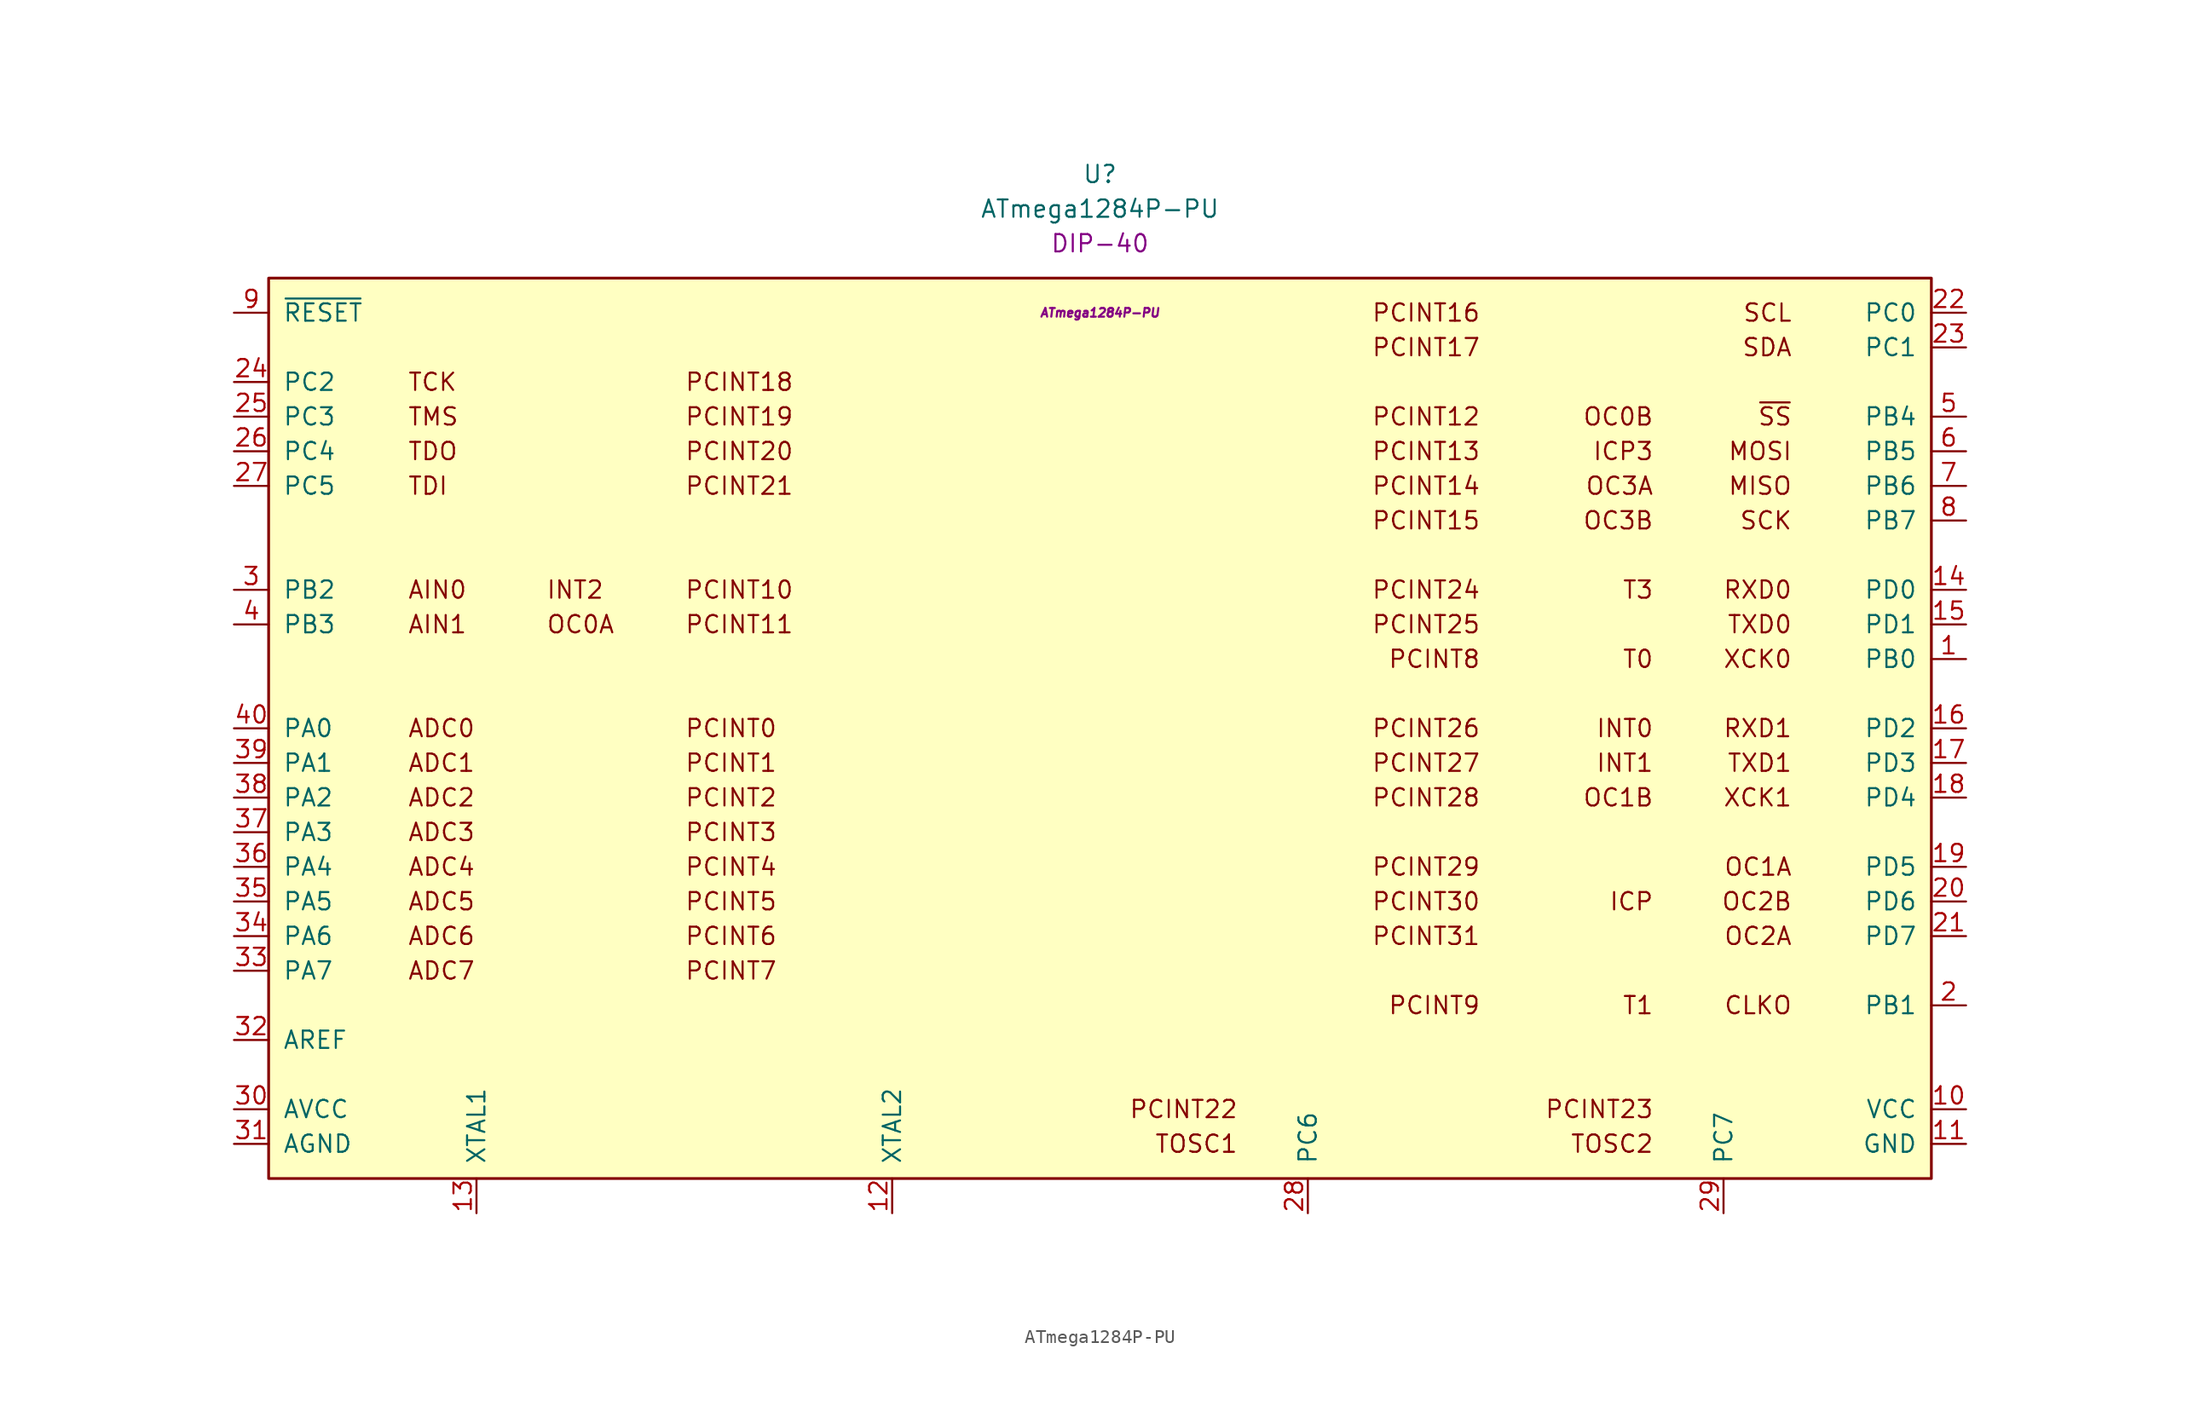
<source format=kicad_sym>
(kicad_symbol_lib
  (version 20231120)
  (generator "kicad_symbol_editor")
  (generator_version "8.0")
  (symbol "ATmega1284P-PU"
    (pin_names
      (offset 1.016))
    (property "Reference" "U"
      (at 0 40.64 0)
      (effects (font (size 1.27 1.27))))
    (property "Value" "ATmega1284P-PU"
      (at 0 38.1 0)
      (effects (font (size 1.27 1.27))))
    (property "Package" "DIP-40"
      (at 0 35.56 0)
      (effects (font (size 1.27 1.27))))
    (property "MPN" "ATmega1284P-PU"
      (at 0 30.48 0)
      (effects (font (size 0.635 0.635) (italic yes))))
    (symbol "ATmega1284P-PU_0_0"
      (rectangle (start -60.96 33.02) (end 60.96 -33.02) (stroke (width 0.203) (type default)) (fill (type background)))
      (text "ADC0" (at -50.8 0 0) (effects (font (size 1.27 1.27)) (justify left)))
      (text "ADC1" (at -50.8 -2.54 0) (effects (font (size 1.27 1.27)) (justify left)))
      (text "ADC2" (at -50.8 -5.08 0) (effects (font (size 1.27 1.27)) (justify left)))
      (text "ADC3" (at -50.8 -7.62 0) (effects (font (size 1.27 1.27)) (justify left)))
      (text "ADC4" (at -50.8 -10.16 0) (effects (font (size 1.27 1.27)) (justify left)))
      (text "ADC5" (at -50.8 -12.7 0) (effects (font (size 1.27 1.27)) (justify left)))
      (text "ADC6" (at -50.8 -15.24 0) (effects (font (size 1.27 1.27)) (justify left)))
      (text "ADC7" (at -50.8 -17.78 0) (effects (font (size 1.27 1.27)) (justify left)))
      (text "AIN0" (at -50.8 10.16 0) (effects (font (size 1.27 1.27)) (justify left)))
      (text "AIN1" (at -50.8 7.62 0) (effects (font (size 1.27 1.27)) (justify left)))
      (text "CLKO" (at 50.8 -20.32 0) (effects (font (size 1.27 1.27)) (justify right)))
      (text "ICP" (at 40.64 -12.7 0) (effects (font (size 1.27 1.27)) (justify right)))
      (text "ICP3" (at 40.64 20.32 0) (effects (font (size 1.27 1.27)) (justify right)))
      (text "INT0" (at 40.64 0 0) (effects (font (size 1.27 1.27)) (justify right)))
      (text "INT1" (at 40.64 -2.54 0) (effects (font (size 1.27 1.27)) (justify right)))
      (text "INT2" (at -40.64 10.16 0) (effects (font (size 1.27 1.27)) (justify left)))
      (text "MISO" (at 50.8 17.78 0) (effects (font (size 1.27 1.27)) (justify right)))
      (text "MOSI" (at 50.8 20.32 0) (effects (font (size 1.27 1.27)) (justify right)))
      (text "OC0A" (at -40.64 7.62 0) (effects (font (size 1.27 1.27)) (justify left)))
      (text "OC0B" (at 40.64 22.86 0) (effects (font (size 1.27 1.27)) (justify right)))
      (text "OC1A" (at 50.8 -10.16 0) (effects (font (size 1.27 1.27)) (justify right)))
      (text "OC1B" (at 40.64 -5.08 0) (effects (font (size 1.27 1.27)) (justify right)))
      (text "OC2A" (at 50.8 -15.24 0) (effects (font (size 1.27 1.27)) (justify right)))
      (text "OC2B" (at 50.8 -12.7 0) (effects (font (size 1.27 1.27)) (justify right)))
      (text "OC3A" (at 40.64 17.78 0) (effects (font (size 1.27 1.27)) (justify right)))
      (text "OC3B" (at 40.64 15.24 0) (effects (font (size 1.27 1.27)) (justify right)))
      (text "PCINT0" (at -30.48 0 0) (effects (font (size 1.27 1.27)) (justify left)))
      (text "PCINT1" (at -30.48 -2.54 0) (effects (font (size 1.27 1.27)) (justify left)))
      (text "PCINT10" (at -30.48 10.16 0) (effects (font (size 1.27 1.27)) (justify left)))
      (text "PCINT11" (at -30.48 7.62 0) (effects (font (size 1.27 1.27)) (justify left)))
      (text "PCINT12" (at 27.94 22.86 0) (effects (font (size 1.27 1.27)) (justify right)))
      (text "PCINT13" (at 27.94 20.32 0) (effects (font (size 1.27 1.27)) (justify right)))
      (text "PCINT14" (at 27.94 17.78 0) (effects (font (size 1.27 1.27)) (justify right)))
      (text "PCINT15" (at 27.94 15.24 0) (effects (font (size 1.27 1.27)) (justify right)))
      (text "PCINT16" (at 27.94 30.48 0) (effects (font (size 1.27 1.27)) (justify right)))
      (text "PCINT17" (at 27.94 27.94 0) (effects (font (size 1.27 1.27)) (justify right)))
      (text "PCINT18" (at -30.48 25.4 0) (effects (font (size 1.27 1.27)) (justify left)))
      (text "PCINT19" (at -30.48 22.86 0) (effects (font (size 1.27 1.27)) (justify left)))
      (text "PCINT2" (at -30.48 -5.08 0) (effects (font (size 1.27 1.27)) (justify left)))
      (text "PCINT20" (at -30.48 20.32 0) (effects (font (size 1.27 1.27)) (justify left)))
      (text "PCINT21" (at -30.48 17.78 0) (effects (font (size 1.27 1.27)) (justify left)))
      (text "PCINT22" (at 10.16 -27.94 0) (effects (font (size 1.27 1.27)) (justify right)))
      (text "PCINT23" (at 40.64 -27.94 0) (effects (font (size 1.27 1.27)) (justify right)))
      (text "PCINT24" (at 27.94 10.16 0) (effects (font (size 1.27 1.27)) (justify right)))
      (text "PCINT25" (at 27.94 7.62 0) (effects (font (size 1.27 1.27)) (justify right)))
      (text "PCINT26" (at 27.94 0 0) (effects (font (size 1.27 1.27)) (justify right)))
      (text "PCINT27" (at 27.94 -2.54 0) (effects (font (size 1.27 1.27)) (justify right)))
      (text "PCINT28" (at 27.94 -5.08 0) (effects (font (size 1.27 1.27)) (justify right)))
      (text "PCINT29" (at 27.94 -10.16 0) (effects (font (size 1.27 1.27)) (justify right)))
      (text "PCINT3" (at -30.48 -7.62 0) (effects (font (size 1.27 1.27)) (justify left)))
      (text "PCINT30" (at 27.94 -12.7 0) (effects (font (size 1.27 1.27)) (justify right)))
      (text "PCINT31" (at 27.94 -15.24 0) (effects (font (size 1.27 1.27)) (justify right)))
      (text "PCINT4" (at -30.48 -10.16 0) (effects (font (size 1.27 1.27)) (justify left)))
      (text "PCINT5" (at -30.48 -12.7 0) (effects (font (size 1.27 1.27)) (justify left)))
      (text "PCINT6" (at -30.48 -15.24 0) (effects (font (size 1.27 1.27)) (justify left)))
      (text "PCINT7" (at -30.48 -17.78 0) (effects (font (size 1.27 1.27)) (justify left)))
      (text "PCINT8" (at 27.94 5.08 0) (effects (font (size 1.27 1.27)) (justify right)))
      (text "PCINT9" (at 27.94 -20.32 0) (effects (font (size 1.27 1.27)) (justify right)))
      (text "RXD0" (at 50.8 10.16 0) (effects (font (size 1.27 1.27)) (justify right)))
      (text "RXD1" (at 50.8 0 0) (effects (font (size 1.27 1.27)) (justify right)))
      (text "SCK" (at 50.8 15.24 0) (effects (font (size 1.27 1.27)) (justify right)))
      (text "SCL" (at 50.8 30.48 0) (effects (font (size 1.27 1.27)) (justify right)))
      (text "SDA" (at 50.8 27.94 0) (effects (font (size 1.27 1.27)) (justify right)))
      (text "T0" (at 40.64 5.08 0) (effects (font (size 1.27 1.27)) (justify right)))
      (text "T1" (at 40.64 -20.32 0) (effects (font (size 1.27 1.27)) (justify right)))
      (text "T3" (at 40.64 10.16 0) (effects (font (size 1.27 1.27)) (justify right)))
      (text "TCK" (at -50.8 25.4 0) (effects (font (size 1.27 1.27)) (justify left)))
      (text "TDI" (at -50.8 17.78 0) (effects (font (size 1.27 1.27)) (justify left)))
      (text "TDO" (at -50.8 20.32 0) (effects (font (size 1.27 1.27)) (justify left)))
      (text "TMS" (at -50.8 22.86 0) (effects (font (size 1.27 1.27)) (justify left)))
      (text "TOSC1" (at 10.16 -30.48 0) (effects (font (size 1.27 1.27)) (justify right)))
      (text "TOSC2" (at 40.64 -30.48 0) (effects (font (size 1.27 1.27)) (justify right)))
      (text "TXD0" (at 50.8 7.62 0) (effects (font (size 1.27 1.27)) (justify right)))
      (text "TXD1" (at 50.8 -2.54 0) (effects (font (size 1.27 1.27)) (justify right)))
      (text "XCK0" (at 50.8 5.08 0) (effects (font (size 1.27 1.27)) (justify right)))
      (text "XCK1" (at 50.8 -5.08 0) (effects (font (size 1.27 1.27)) (justify right)))
      (text "~{SS}" (at 50.8 22.86 0) (effects (font (size 1.27 1.27)) (justify right))))
    (symbol "ATmega1284P-PU_1_1"
      (pin bidirectional line (at 63.5 5.08 180) (length 2.54) (name "PB0" (effects (font (size 1.27 1.27)))) (number "1" (effects (font (size 1.27 1.27)))))
      (pin power_in line (at 63.5 -27.94 180) (length 2.54) (name "VCC" (effects (font (size 1.27 1.27)))) (number "10" (effects (font (size 1.27 1.27)))))
      (pin power_in line (at 63.5 -30.48 180) (length 2.54) (name "GND" (effects (font (size 1.27 1.27)))) (number "11" (effects (font (size 1.27 1.27)))))
      (pin bidirectional line (at -15.24 -35.56 90) (length 2.54) (name "XTAL2" (effects (font (size 1.27 1.27)))) (number "12" (effects (font (size 1.27 1.27)))))
      (pin bidirectional line (at -45.72 -35.56 90) (length 2.54) (name "XTAL1" (effects (font (size 1.27 1.27)))) (number "13" (effects (font (size 1.27 1.27)))))
      (pin bidirectional line (at 63.5 10.16 180) (length 2.54) (name "PD0" (effects (font (size 1.27 1.27)))) (number "14" (effects (font (size 1.27 1.27)))))
      (pin bidirectional line (at 63.5 7.62 180) (length 2.54) (name "PD1" (effects (font (size 1.27 1.27)))) (number "15" (effects (font (size 1.27 1.27)))))
      (pin bidirectional line (at 63.5 0 180) (length 2.54) (name "PD2" (effects (font (size 1.27 1.27)))) (number "16" (effects (font (size 1.27 1.27)))))
      (pin bidirectional line (at 63.5 -2.54 180) (length 2.54) (name "PD3" (effects (font (size 1.27 1.27)))) (number "17" (effects (font (size 1.27 1.27)))))
      (pin bidirectional line (at 63.5 -5.08 180) (length 2.54) (name "PD4" (effects (font (size 1.27 1.27)))) (number "18" (effects (font (size 1.27 1.27)))))
      (pin bidirectional line (at 63.5 -10.16 180) (length 2.54) (name "PD5" (effects (font (size 1.27 1.27)))) (number "19" (effects (font (size 1.27 1.27)))))
      (pin bidirectional line (at 63.5 -20.32 180) (length 2.54) (name "PB1" (effects (font (size 1.27 1.27)))) (number "2" (effects (font (size 1.27 1.27)))))
      (pin bidirectional line (at 63.5 -12.7 180) (length 2.54) (name "PD6" (effects (font (size 1.27 1.27)))) (number "20" (effects (font (size 1.27 1.27)))))
      (pin bidirectional line (at 63.5 -15.24 180) (length 2.54) (name "PD7" (effects (font (size 1.27 1.27)))) (number "21" (effects (font (size 1.27 1.27)))))
      (pin bidirectional line (at 63.5 30.48 180) (length 2.54) (name "PC0" (effects (font (size 1.27 1.27)))) (number "22" (effects (font (size 1.27 1.27)))))
      (pin bidirectional line (at 63.5 27.94 180) (length 2.54) (name "PC1" (effects (font (size 1.27 1.27)))) (number "23" (effects (font (size 1.27 1.27)))))
      (pin bidirectional line (at -63.5 25.4 0) (length 2.54) (name "PC2" (effects (font (size 1.27 1.27)))) (number "24" (effects (font (size 1.27 1.27)))))
      (pin bidirectional line (at -63.5 22.86 0) (length 2.54) (name "PC3" (effects (font (size 1.27 1.27)))) (number "25" (effects (font (size 1.27 1.27)))))
      (pin bidirectional line (at -63.5 20.32 0) (length 2.54) (name "PC4" (effects (font (size 1.27 1.27)))) (number "26" (effects (font (size 1.27 1.27)))))
      (pin bidirectional line (at -63.5 17.78 0) (length 2.54) (name "PC5" (effects (font (size 1.27 1.27)))) (number "27" (effects (font (size 1.27 1.27)))))
      (pin bidirectional line (at 15.24 -35.56 90) (length 2.54) (name "PC6" (effects (font (size 1.27 1.27)))) (number "28" (effects (font (size 1.27 1.27)))))
      (pin bidirectional line (at 45.72 -35.56 90) (length 2.54) (name "PC7" (effects (font (size 1.27 1.27)))) (number "29" (effects (font (size 1.27 1.27)))))
      (pin bidirectional line (at -63.5 10.16 0) (length 2.54) (name "PB2" (effects (font (size 1.27 1.27)))) (number "3" (effects (font (size 1.27 1.27)))))
      (pin power_in line (at -63.5 -27.94 0) (length 2.54) (name "AVCC" (effects (font (size 1.27 1.27)))) (number "30" (effects (font (size 1.27 1.27)))))
      (pin power_in line (at -63.5 -30.48 0) (length 2.54) (name "AGND" (effects (font (size 1.27 1.27)))) (number "31" (effects (font (size 1.27 1.27)))))
      (pin input line (at -63.5 -22.86 0) (length 2.54) (name "AREF" (effects (font (size 1.27 1.27)))) (number "32" (effects (font (size 1.27 1.27)))))
      (pin bidirectional line (at -63.5 -17.78 0) (length 2.54) (name "PA7" (effects (font (size 1.27 1.27)))) (number "33" (effects (font (size 1.27 1.27)))))
      (pin bidirectional line (at -63.5 -15.24 0) (length 2.54) (name "PA6" (effects (font (size 1.27 1.27)))) (number "34" (effects (font (size 1.27 1.27)))))
      (pin bidirectional line (at -63.5 -12.7 0) (length 2.54) (name "PA5" (effects (font (size 1.27 1.27)))) (number "35" (effects (font (size 1.27 1.27)))))
      (pin bidirectional line (at -63.5 -10.16 0) (length 2.54) (name "PA4" (effects (font (size 1.27 1.27)))) (number "36" (effects (font (size 1.27 1.27)))))
      (pin bidirectional line (at -63.5 -7.62 0) (length 2.54) (name "PA3" (effects (font (size 1.27 1.27)))) (number "37" (effects (font (size 1.27 1.27)))))
      (pin bidirectional line (at -63.5 -5.08 0) (length 2.54) (name "PA2" (effects (font (size 1.27 1.27)))) (number "38" (effects (font (size 1.27 1.27)))))
      (pin bidirectional line (at -63.5 -2.54 0) (length 2.54) (name "PA1" (effects (font (size 1.27 1.27)))) (number "39" (effects (font (size 1.27 1.27)))))
      (pin bidirectional line (at -63.5 7.62 0) (length 2.54) (name "PB3" (effects (font (size 1.27 1.27)))) (number "4" (effects (font (size 1.27 1.27)))))
      (pin bidirectional line (at -63.5 0 0) (length 2.54) (name "PA0" (effects (font (size 1.27 1.27)))) (number "40" (effects (font (size 1.27 1.27)))))
      (pin bidirectional line (at 63.5 22.86 180) (length 2.54) (name "PB4" (effects (font (size 1.27 1.27)))) (number "5" (effects (font (size 1.27 1.27)))))
      (pin bidirectional line (at 63.5 20.32 180) (length 2.54) (name "PB5" (effects (font (size 1.27 1.27)))) (number "6" (effects (font (size 1.27 1.27)))))
      (pin bidirectional line (at 63.5 17.78 180) (length 2.54) (name "PB6" (effects (font (size 1.27 1.27)))) (number "7" (effects (font (size 1.27 1.27)))))
      (pin bidirectional line (at 63.5 15.24 180) (length 2.54) (name "PB7" (effects (font (size 1.27 1.27)))) (number "8" (effects (font (size 1.27 1.27)))))
      (pin input line (at -63.5 30.48 0) (length 2.54) (name "~{RESET}" (effects (font (size 1.27 1.27)))) (number "9" (effects (font (size 1.27 1.27))))))))
</source>
